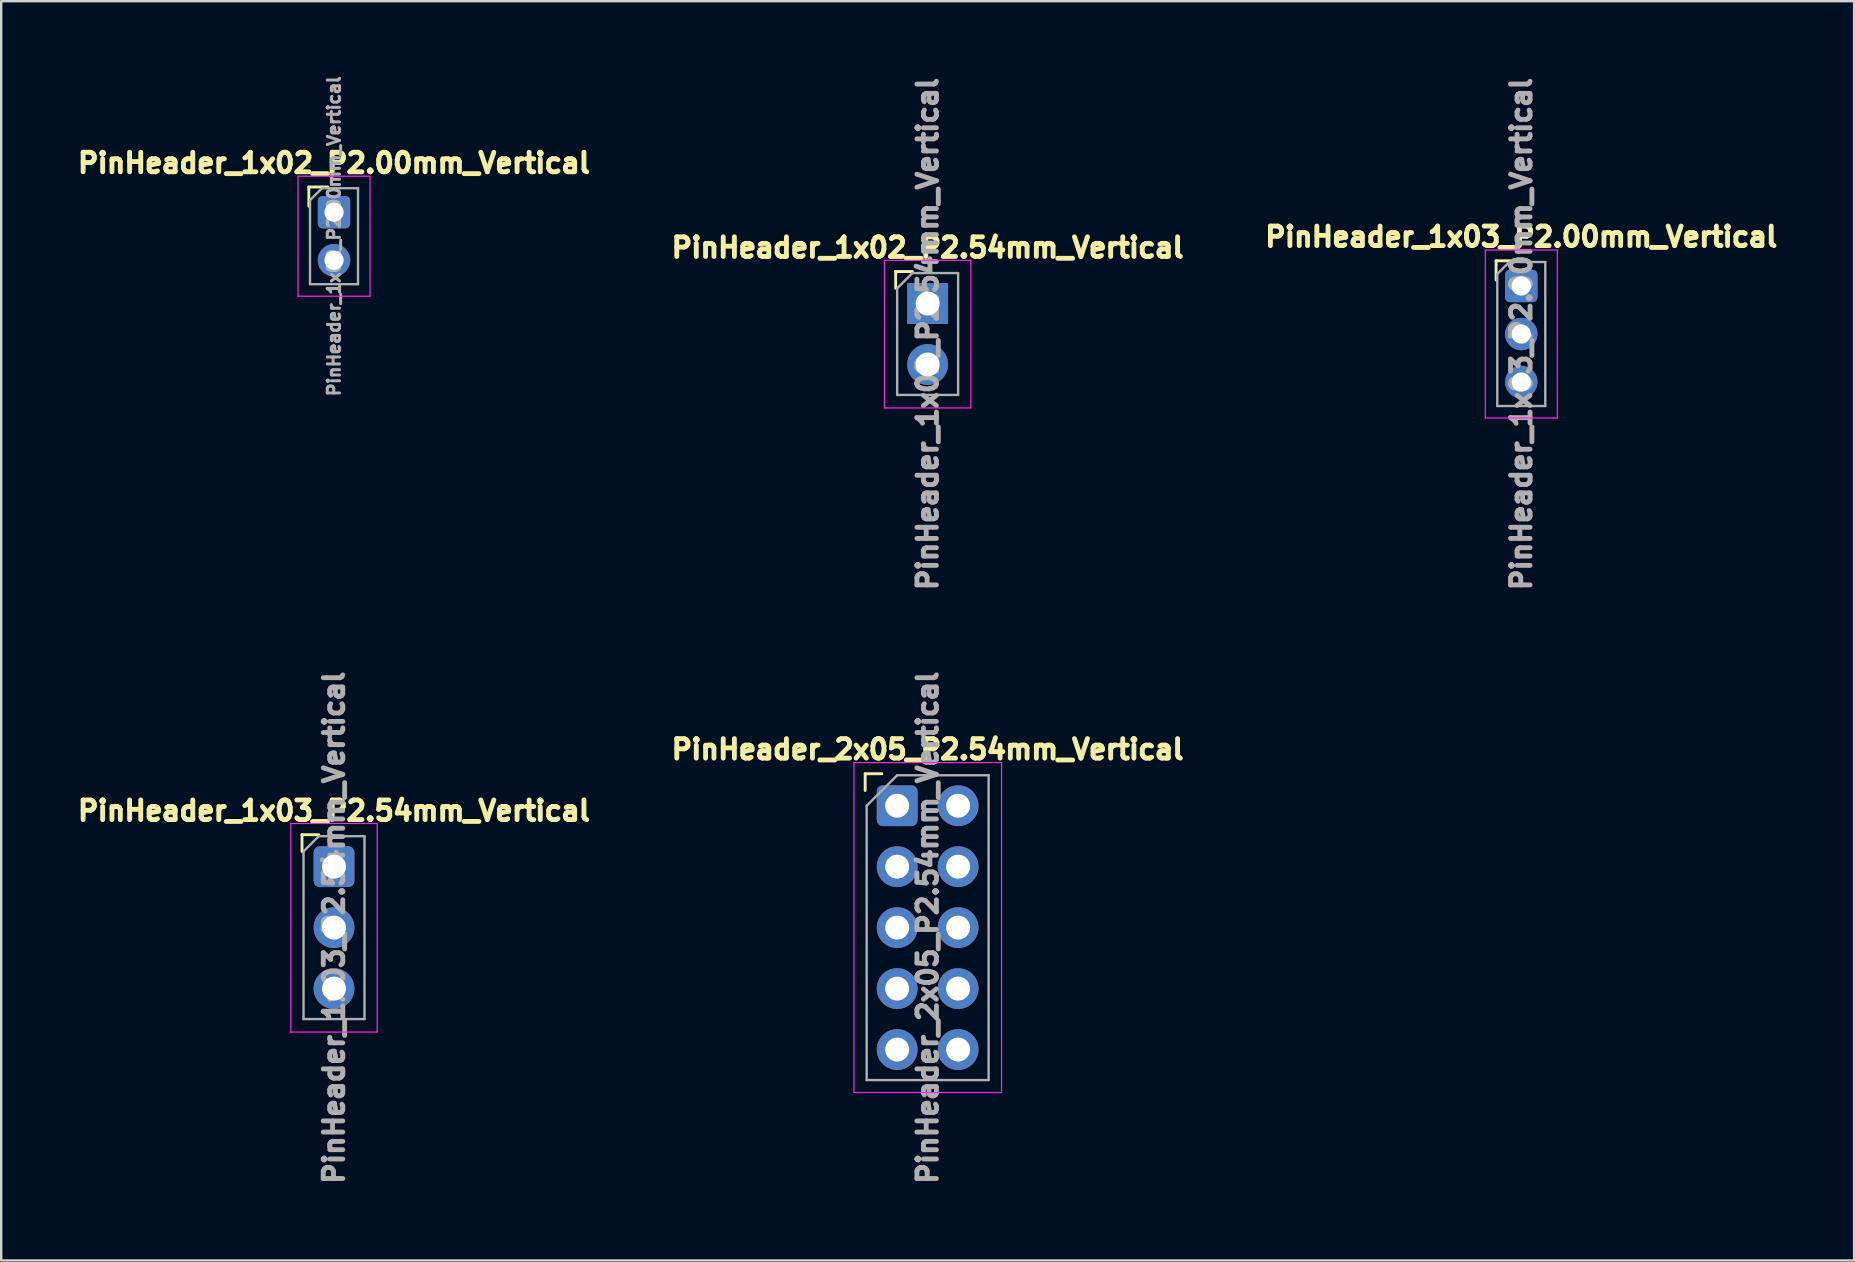
<source format=kicad_pcb>
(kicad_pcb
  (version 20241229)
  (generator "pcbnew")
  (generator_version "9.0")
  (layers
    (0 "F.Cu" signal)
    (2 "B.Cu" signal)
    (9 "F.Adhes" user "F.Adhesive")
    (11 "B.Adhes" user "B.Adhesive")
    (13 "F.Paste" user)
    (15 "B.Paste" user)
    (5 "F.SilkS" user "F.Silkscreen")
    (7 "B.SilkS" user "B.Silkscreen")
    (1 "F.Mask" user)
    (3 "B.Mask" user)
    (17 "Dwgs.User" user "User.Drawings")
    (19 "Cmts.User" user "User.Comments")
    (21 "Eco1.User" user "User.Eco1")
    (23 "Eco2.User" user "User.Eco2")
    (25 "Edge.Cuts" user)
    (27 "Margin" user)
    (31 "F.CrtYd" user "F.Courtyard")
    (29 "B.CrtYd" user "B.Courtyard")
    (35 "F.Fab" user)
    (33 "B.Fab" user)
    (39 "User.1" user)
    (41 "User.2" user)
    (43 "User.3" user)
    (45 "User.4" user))
  (footprint "PinHeader_2x05_P2.54mm_Vertical"
    (layer "F.Cu")
    (at 34.332 30.522)
    (property "Reference" "PinHeader_2x05_P2.54mm_Vertical" (at 1.27 5.08 90) (layer "F.Fab") (effects (font (size 0.813 0.813) (thickness 0.203) (bold yes))))
    (attr through_hole)
    (fp_line (start -1.333 -1.333) (end -1.333 -0.635) (stroke (width 0.12) (type solid)) (layer "F.SilkS"))
    (fp_line (start -1.333 -1.333) (end -0.635 -1.333) (stroke (width 0.12) (type solid)) (layer "F.SilkS"))
    (fp_line (start -1.8 -1.8) (end -1.8 11.95) (stroke (width 0.05) (type solid)) (layer "F.CrtYd"))
    (fp_line (start -1.8 11.95) (end 4.35 11.95) (stroke (width 0.05) (type solid)) (layer "F.CrtYd"))
    (fp_line (start 4.35 -1.8) (end -1.8 -1.8) (stroke (width 0.05) (type solid)) (layer "F.CrtYd"))
    (fp_line (start 4.35 11.95) (end 4.35 -1.8) (stroke (width 0.05) (type solid)) (layer "F.CrtYd"))
    (fp_line (start -1.27 0) (end 0 -1.27) (stroke (width 0.1) (type solid)) (layer "F.Fab"))
    (fp_line (start -1.27 11.43) (end -1.27 0) (stroke (width 0.1) (type solid)) (layer "F.Fab"))
    (fp_line (start 0 -1.27) (end 3.81 -1.27) (stroke (width 0.1) (type solid)) (layer "F.Fab"))
    (fp_line (start 3.81 -1.27) (end 3.81 11.43) (stroke (width 0.1) (type solid)) (layer "F.Fab"))
    (fp_line (start 3.81 11.43) (end -1.27 11.43) (stroke (width 0.1) (type solid)) (layer "F.Fab"))
    (fp_text user "${REFERENCE}" (at 1.27 -2.349 0) (layer "F.SilkS") (effects (font (size 0.813 0.813) (thickness 0.203) (bold yes))))
    (pad "1" thru_hole roundrect (at 0 0) (size 1.7 1.7) (drill 1) (layers "*.Cu" "*.Mask") (roundrect_rratio 0.147))
    (pad "2" thru_hole oval (at 2.54 0) (size 1.7 1.7) (drill 1) (layers "*.Cu" "*.Mask"))
    (pad "3" thru_hole oval (at 0 2.54) (size 1.7 1.7) (drill 1) (layers "*.Cu" "*.Mask"))
    (pad "4" thru_hole oval (at 2.54 2.54) (size 1.7 1.7) (drill 1) (layers "*.Cu" "*.Mask"))
    (pad "5" thru_hole oval (at 0 5.08) (size 1.7 1.7) (drill 1) (layers "*.Cu" "*.Mask"))
    (pad "6" thru_hole oval (at 2.54 5.08) (size 1.7 1.7) (drill 1) (layers "*.Cu" "*.Mask"))
    (pad "7" thru_hole oval (at 0 7.62) (size 1.7 1.7) (drill 1) (layers "*.Cu" "*.Mask"))
    (pad "8" thru_hole oval (at 2.54 7.62) (size 1.7 1.7) (drill 1) (layers "*.Cu" "*.Mask"))
    (pad "9" thru_hole oval (at 0 10.16) (size 1.7 1.7) (drill 1) (layers "*.Cu" "*.Mask"))
    (pad "10" thru_hole oval (at 2.54 10.16) (size 1.7 1.7) (drill 1) (layers "*.Cu" "*.Mask")))
  (footprint "PinHeader_1x03_P2.00mm_Vertical"
    (layer "F.Cu")
    (at 60.337 8.867)
    (property "Reference" "PinHeader_1x03_P2.00mm_Vertical" (at 0 2 90) (layer "F.Fab") (effects (font (size 0.813 0.813) (thickness 0.203) (bold yes))))
    (attr through_hole)
    (fp_line (start -1.05 -1.05) (end -0.25 -1.05) (stroke (width 0.12) (type solid)) (layer "F.SilkS"))
    (fp_line (start -1.05 -0.25) (end -1.05 -1.05) (stroke (width 0.12) (type solid)) (layer "F.SilkS"))
    (fp_line (start -1.5 -1.5) (end -1.5 5.5) (stroke (width 0.05) (type solid)) (layer "F.CrtYd"))
    (fp_line (start -1.5 5.5) (end 1.5 5.5) (stroke (width 0.05) (type solid)) (layer "F.CrtYd"))
    (fp_line (start 1.5 -1.5) (end -1.5 -1.5) (stroke (width 0.05) (type solid)) (layer "F.CrtYd"))
    (fp_line (start 1.5 5.5) (end 1.5 -1.5) (stroke (width 0.05) (type solid)) (layer "F.CrtYd"))
    (fp_line (start -1 -0.5) (end -0.5 -1) (stroke (width 0.1) (type solid)) (layer "F.Fab"))
    (fp_line (start -1 5) (end -1 -0.5) (stroke (width 0.1) (type solid)) (layer "F.Fab"))
    (fp_line (start -0.5 -1) (end 1 -1) (stroke (width 0.1) (type solid)) (layer "F.Fab"))
    (fp_line (start 1 -1) (end 1 5) (stroke (width 0.1) (type solid)) (layer "F.Fab"))
    (fp_line (start 1 5) (end -1 5) (stroke (width 0.1) (type solid)) (layer "F.Fab"))
    (fp_text user "${REFERENCE}" (at 0 -2.05 180) (layer "F.SilkS") (effects (font (size 0.813 0.813) (thickness 0.203) (bold yes))))
    (pad "1" thru_hole roundrect (at 0 0) (size 1.35 1.35) (drill 0.8) (layers "*.Cu" "*.Mask") (roundrect_rratio 0.148))
    (pad "2" thru_hole oval (at 0 2) (size 1.35 1.35) (drill 0.8) (layers "*.Cu" "*.Mask"))
    (pad "3" thru_hole oval (at 0 4) (size 1.35 1.35) (drill 0.8) (layers "*.Cu" "*.Mask")))
  (footprint "PinHeader_1x03_P2.54mm_Vertical"
    (layer "F.Cu")
    (at 10.867 35.602)
    (property "Reference" "PinHeader_1x03_P2.54mm_Vertical" (at 0 0 90) (layer "F.Fab") (effects (font (size 0.813 0.813) (thickness 0.203) (bold yes))))
    (attr through_hole)
    (fp_line (start -1.333 -3.873) (end -0.635 -3.873) (stroke (width 0.12) (type solid)) (layer "F.SilkS"))
    (fp_line (start -1.333 -3.175) (end -1.333 -3.873) (stroke (width 0.12) (type solid)) (layer "F.SilkS"))
    (fp_line (start -1.8 -4.34) (end -1.8 4.35) (stroke (width 0.05) (type solid)) (layer "F.CrtYd"))
    (fp_line (start -1.8 4.35) (end 1.8 4.35) (stroke (width 0.05) (type solid)) (layer "F.CrtYd"))
    (fp_line (start 1.8 -4.34) (end -1.8 -4.34) (stroke (width 0.05) (type solid)) (layer "F.CrtYd"))
    (fp_line (start 1.8 4.35) (end 1.8 -4.34) (stroke (width 0.05) (type solid)) (layer "F.CrtYd"))
    (fp_line (start -1.27 -3.175) (end -0.635 -3.81) (stroke (width 0.1) (type solid)) (layer "F.Fab"))
    (fp_line (start -1.27 3.81) (end -1.27 -3.175) (stroke (width 0.1) (type solid)) (layer "F.Fab"))
    (fp_line (start -0.635 -3.81) (end 1.27 -3.81) (stroke (width 0.1) (type solid)) (layer "F.Fab"))
    (fp_line (start 1.27 -3.81) (end 1.27 3.81) (stroke (width 0.1) (type solid)) (layer "F.Fab"))
    (fp_line (start 1.27 3.81) (end -1.27 3.81) (stroke (width 0.1) (type solid)) (layer "F.Fab"))
    (fp_text user "${REFERENCE}" (at 0 -4.87 0) (layer "F.SilkS") (effects (font (size 0.818 0.813) (thickness 0.203) (bold yes))))
    (pad "1" thru_hole roundrect (at 0 -2.54) (size 1.7 1.7) (drill 1) (layers "*.Cu" "*.Mask") (roundrect_rratio 0.147))
    (pad "2" thru_hole oval (at 0 0) (size 1.7 1.7) (drill 1) (layers "*.Cu" "*.Mask"))
    (pad "3" thru_hole oval (at 0 2.54) (size 1.7 1.7) (drill 1) (layers "*.Cu" "*.Mask")))
  (footprint "PinHeader_1x02_P2.54mm_Vertical"
    (layer "F.Cu")
    (at 35.602 9.597)
    (property "Reference" "PinHeader_1x02_P2.54mm_Vertical" (at 0 1.27 90) (layer "F.Fab") (effects (font (size 0.813 0.813) (thickness 0.203) (bold yes))))
    (attr through_hole)
    (fp_line (start -1.333 -1.333) (end -0.635 -1.333) (stroke (width 0.12) (type solid)) (layer "F.SilkS"))
    (fp_line (start -1.333 -0.635) (end -1.333 -1.333) (stroke (width 0.12) (type solid)) (layer "F.SilkS"))
    (fp_line (start -1.8 -1.8) (end -1.8 4.35) (stroke (width 0.05) (type solid)) (layer "F.CrtYd"))
    (fp_line (start -1.8 4.35) (end 1.8 4.35) (stroke (width 0.05) (type solid)) (layer "F.CrtYd"))
    (fp_line (start 1.8 -1.8) (end -1.8 -1.8) (stroke (width 0.05) (type solid)) (layer "F.CrtYd"))
    (fp_line (start 1.8 4.35) (end 1.8 -1.8) (stroke (width 0.05) (type solid)) (layer "F.CrtYd"))
    (fp_line (start -1.27 -0.635) (end -0.635 -1.27) (stroke (width 0.1) (type solid)) (layer "F.Fab"))
    (fp_line (start -1.27 3.81) (end -1.27 -0.635) (stroke (width 0.1) (type solid)) (layer "F.Fab"))
    (fp_line (start -0.635 -1.27) (end 1.27 -1.27) (stroke (width 0.1) (type solid)) (layer "F.Fab"))
    (fp_line (start 1.27 -1.27) (end 1.27 3.81) (stroke (width 0.1) (type solid)) (layer "F.Fab"))
    (fp_line (start 1.27 3.81) (end -1.27 3.81) (stroke (width 0.1) (type solid)) (layer "F.Fab"))
    (fp_text user "${REFERENCE}" (at 0 -2.33 0) (layer "F.SilkS") (effects (font (size 0.818 0.813) (thickness 0.203) (bold yes))))
    (pad "1" thru_hole rect (at 0 0) (size 1.7 1.7) (drill 1) (layers "*.Cu" "*.Mask"))
    (pad "2" thru_hole oval (at 0 2.54) (size 1.7 1.7) (drill 1) (layers "*.Cu" "*.Mask")))
  (footprint "PinHeader_1x02_P2.00mm_Vertical"
    (layer "F.Cu")
    (at 10.867 5.792)
    (property "Reference" "PinHeader_1x02_P2.00mm_Vertical" (at 0 1 90) (layer "F.Fab") (effects (font (size 0.508 0.508) (thickness 0.127) (bold yes))))
    (attr through_hole)
    (fp_line (start -1.05 -1.05) (end -0.25 -1.05) (stroke (width 0.12) (type solid)) (layer "F.SilkS"))
    (fp_line (start -1.05 -0.25) (end -1.05 -1.05) (stroke (width 0.12) (type solid)) (layer "F.SilkS"))
    (fp_line (start -1.5 -1.5) (end -1.5 3.5) (stroke (width 0.05) (type solid)) (layer "F.CrtYd"))
    (fp_line (start -1.5 3.5) (end 1.5 3.5) (stroke (width 0.05) (type solid)) (layer "F.CrtYd"))
    (fp_line (start 1.5 -1.5) (end -1.5 -1.5) (stroke (width 0.05) (type solid)) (layer "F.CrtYd"))
    (fp_line (start 1.5 3.5) (end 1.5 -1.5) (stroke (width 0.05) (type solid)) (layer "F.CrtYd"))
    (fp_line (start -1 -0.5) (end -0.5 -1) (stroke (width 0.1) (type solid)) (layer "F.Fab"))
    (fp_line (start -1 3) (end -1 -0.5) (stroke (width 0.1) (type solid)) (layer "F.Fab"))
    (fp_line (start -0.5 -1) (end 1 -1) (stroke (width 0.1) (type solid)) (layer "F.Fab"))
    (fp_line (start 1 -1) (end 1 3) (stroke (width 0.1) (type solid)) (layer "F.Fab"))
    (fp_line (start 1 3) (end -1 3) (stroke (width 0.1) (type solid)) (layer "F.Fab"))
    (fp_text user "${REFERENCE}" (at 0 -2.05 180) (layer "F.SilkS") (effects (font (size 0.813 0.813) (thickness 0.203) (bold yes))))
    (pad "1" thru_hole roundrect (at 0 0) (size 1.35 1.35) (drill 0.8) (layers "*.Cu" "*.Mask") (roundrect_rratio 0.148))
    (pad "2" thru_hole oval (at 0 2) (size 1.35 1.35) (drill 0.8) (layers "*.Cu" "*.Mask")))
  (gr_rect
    (start -3 -3)
    (end 74.204 49.469)
    (stroke (width 0.1) (type default))
    (fill no)
    (layer "Edge.Cuts")))
</source>
